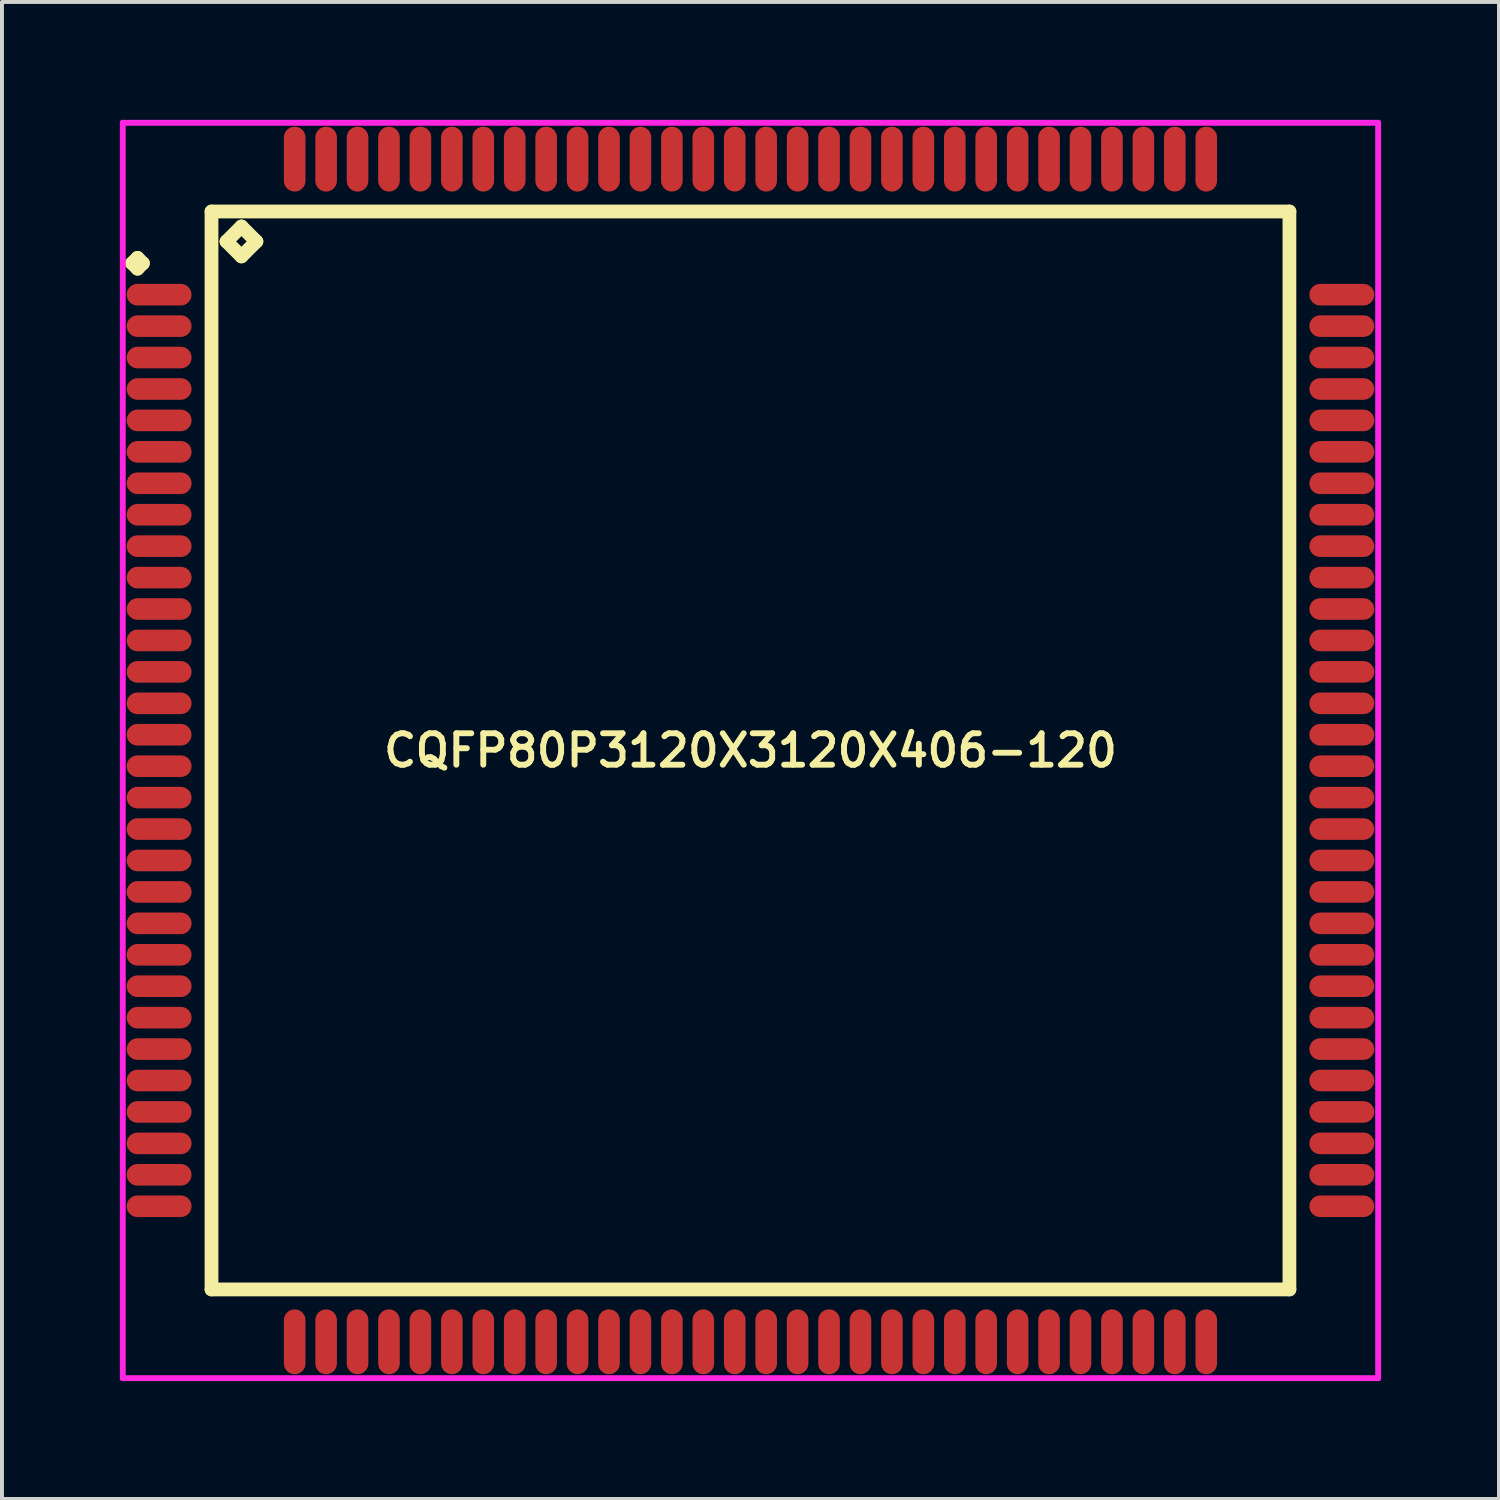
<source format=kicad_pcb>
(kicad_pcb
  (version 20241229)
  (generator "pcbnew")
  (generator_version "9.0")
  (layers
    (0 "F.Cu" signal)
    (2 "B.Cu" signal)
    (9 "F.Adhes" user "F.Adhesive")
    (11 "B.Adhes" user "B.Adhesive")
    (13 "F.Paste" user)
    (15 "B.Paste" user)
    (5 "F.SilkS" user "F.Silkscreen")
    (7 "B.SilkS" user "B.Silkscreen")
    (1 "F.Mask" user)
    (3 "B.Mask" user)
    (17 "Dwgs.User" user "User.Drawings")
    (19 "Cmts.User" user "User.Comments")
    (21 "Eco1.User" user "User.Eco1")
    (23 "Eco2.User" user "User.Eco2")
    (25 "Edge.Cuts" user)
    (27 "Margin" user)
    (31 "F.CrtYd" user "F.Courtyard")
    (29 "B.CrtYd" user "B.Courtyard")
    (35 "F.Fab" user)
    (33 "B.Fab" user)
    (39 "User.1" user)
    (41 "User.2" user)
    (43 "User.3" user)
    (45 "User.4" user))
  (footprint "CQFP80P3120X3120X406-120"
    (layer "F.Cu")
    (at 16.05 16.05)
    (property "Reference" "CQFP80P3120X3120X406-120" (at 0 0 0) (layer "F.SilkS") (effects (font (size 0.8 0.8) (thickness 0.15))))
    (attr smd)
    (fp_line (start -15.738 -12.4) (end -15.6 -12.537) (stroke (width 0.35) (type solid)) (layer "F.SilkS"))
    (fp_line (start -15.6 -12.537) (end -15.463 -12.4) (stroke (width 0.35) (type solid)) (layer "F.SilkS"))
    (fp_line (start -15.6 -12.262) (end -15.738 -12.4) (stroke (width 0.35) (type solid)) (layer "F.SilkS"))
    (fp_line (start -15.463 -12.4) (end -15.6 -12.262) (stroke (width 0.35) (type solid)) (layer "F.SilkS"))
    (fp_line (start -13.717 -13.717) (end -13.717 13.717) (stroke (width 0.35) (type solid)) (layer "F.SilkS"))
    (fp_line (start -13.717 13.717) (end 13.717 13.717) (stroke (width 0.35) (type solid)) (layer "F.SilkS"))
    (fp_line (start -13.336 -12.955) (end -12.955 -13.336) (stroke (width 0.35) (type solid)) (layer "F.SilkS"))
    (fp_line (start -12.955 -13.336) (end -12.574 -12.955) (stroke (width 0.35) (type solid)) (layer "F.SilkS"))
    (fp_line (start -12.955 -12.574) (end -13.336 -12.955) (stroke (width 0.35) (type solid)) (layer "F.SilkS"))
    (fp_line (start -12.574 -12.955) (end -12.955 -12.574) (stroke (width 0.35) (type solid)) (layer "F.SilkS"))
    (fp_line (start 13.717 -13.717) (end -13.717 -13.717) (stroke (width 0.35) (type solid)) (layer "F.SilkS"))
    (fp_line (start 13.717 13.717) (end 13.717 -13.717) (stroke (width 0.35) (type solid)) (layer "F.SilkS"))
    (fp_line (start -15.975 -15.975) (end 15.975 -15.975) (stroke (width 0.15) (type solid)) (layer "F.CrtYd"))
    (fp_line (start -15.975 15.975) (end -15.975 -15.975) (stroke (width 0.15) (type solid)) (layer "F.CrtYd"))
    (fp_line (start 15.975 -15.975) (end 15.975 15.975) (stroke (width 0.15) (type solid)) (layer "F.CrtYd"))
    (fp_line (start 15.975 15.975) (end -15.975 15.975) (stroke (width 0.15) (type solid)) (layer "F.CrtYd"))
    (pad "1" smd oval (at -15.05 -11.6) (size 1.65 0.55) (layers "F.Cu" "F.Mask" "F.Paste"))
    (pad "2" smd oval (at -15.05 -10.8) (size 1.65 0.55) (layers "F.Cu" "F.Mask" "F.Paste"))
    (pad "3" smd oval (at -15.05 -10) (size 1.65 0.55) (layers "F.Cu" "F.Mask" "F.Paste"))
    (pad "4" smd oval (at -15.05 -9.2) (size 1.65 0.55) (layers "F.Cu" "F.Mask" "F.Paste"))
    (pad "5" smd oval (at -15.05 -8.4) (size 1.65 0.55) (layers "F.Cu" "F.Mask" "F.Paste"))
    (pad "6" smd oval (at -15.05 -7.6) (size 1.65 0.55) (layers "F.Cu" "F.Mask" "F.Paste"))
    (pad "7" smd oval (at -15.05 -6.8) (size 1.65 0.55) (layers "F.Cu" "F.Mask" "F.Paste"))
    (pad "8" smd oval (at -15.05 -6) (size 1.65 0.55) (layers "F.Cu" "F.Mask" "F.Paste"))
    (pad "9" smd oval (at -15.05 -5.2) (size 1.65 0.55) (layers "F.Cu" "F.Mask" "F.Paste"))
    (pad "10" smd oval (at -15.05 -4.4) (size 1.65 0.55) (layers "F.Cu" "F.Mask" "F.Paste"))
    (pad "11" smd oval (at -15.05 -3.6) (size 1.65 0.55) (layers "F.Cu" "F.Mask" "F.Paste"))
    (pad "12" smd oval (at -15.05 -2.8) (size 1.65 0.55) (layers "F.Cu" "F.Mask" "F.Paste"))
    (pad "13" smd oval (at -15.05 -2) (size 1.65 0.55) (layers "F.Cu" "F.Mask" "F.Paste"))
    (pad "14" smd oval (at -15.05 -1.2) (size 1.65 0.55) (layers "F.Cu" "F.Mask" "F.Paste"))
    (pad "15" smd oval (at -15.05 -0.4) (size 1.65 0.55) (layers "F.Cu" "F.Mask" "F.Paste"))
    (pad "16" smd oval (at -15.05 0.4) (size 1.65 0.55) (layers "F.Cu" "F.Mask" "F.Paste"))
    (pad "17" smd oval (at -15.05 1.2) (size 1.65 0.55) (layers "F.Cu" "F.Mask" "F.Paste"))
    (pad "18" smd oval (at -15.05 2) (size 1.65 0.55) (layers "F.Cu" "F.Mask" "F.Paste"))
    (pad "19" smd oval (at -15.05 2.8) (size 1.65 0.55) (layers "F.Cu" "F.Mask" "F.Paste"))
    (pad "20" smd oval (at -15.05 3.6) (size 1.65 0.55) (layers "F.Cu" "F.Mask" "F.Paste"))
    (pad "21" smd oval (at -15.05 4.4) (size 1.65 0.55) (layers "F.Cu" "F.Mask" "F.Paste"))
    (pad "22" smd oval (at -15.05 5.2) (size 1.65 0.55) (layers "F.Cu" "F.Mask" "F.Paste"))
    (pad "23" smd oval (at -15.05 6) (size 1.65 0.55) (layers "F.Cu" "F.Mask" "F.Paste"))
    (pad "24" smd oval (at -15.05 6.8) (size 1.65 0.55) (layers "F.Cu" "F.Mask" "F.Paste"))
    (pad "25" smd oval (at -15.05 7.6) (size 1.65 0.55) (layers "F.Cu" "F.Mask" "F.Paste"))
    (pad "26" smd oval (at -15.05 8.4) (size 1.65 0.55) (layers "F.Cu" "F.Mask" "F.Paste"))
    (pad "27" smd oval (at -15.05 9.2) (size 1.65 0.55) (layers "F.Cu" "F.Mask" "F.Paste"))
    (pad "28" smd oval (at -15.05 10) (size 1.65 0.55) (layers "F.Cu" "F.Mask" "F.Paste"))
    (pad "29" smd oval (at -15.05 10.8) (size 1.65 0.55) (layers "F.Cu" "F.Mask" "F.Paste"))
    (pad "30" smd oval (at -15.05 11.6) (size 1.65 0.55) (layers "F.Cu" "F.Mask" "F.Paste"))
    (pad "31" smd oval (at -11.6 15.05) (size 0.55 1.65) (layers "F.Cu" "F.Mask" "F.Paste"))
    (pad "32" smd oval (at -10.8 15.05) (size 0.55 1.65) (layers "F.Cu" "F.Mask" "F.Paste"))
    (pad "33" smd oval (at -10 15.05) (size 0.55 1.65) (layers "F.Cu" "F.Mask" "F.Paste"))
    (pad "34" smd oval (at -9.2 15.05) (size 0.55 1.65) (layers "F.Cu" "F.Mask" "F.Paste"))
    (pad "35" smd oval (at -8.4 15.05) (size 0.55 1.65) (layers "F.Cu" "F.Mask" "F.Paste"))
    (pad "36" smd oval (at -7.6 15.05) (size 0.55 1.65) (layers "F.Cu" "F.Mask" "F.Paste"))
    (pad "37" smd oval (at -6.8 15.05) (size 0.55 1.65) (layers "F.Cu" "F.Mask" "F.Paste"))
    (pad "38" smd oval (at -6 15.05) (size 0.55 1.65) (layers "F.Cu" "F.Mask" "F.Paste"))
    (pad "39" smd oval (at -5.2 15.05) (size 0.55 1.65) (layers "F.Cu" "F.Mask" "F.Paste"))
    (pad "40" smd oval (at -4.4 15.05) (size 0.55 1.65) (layers "F.Cu" "F.Mask" "F.Paste"))
    (pad "41" smd oval (at -3.6 15.05) (size 0.55 1.65) (layers "F.Cu" "F.Mask" "F.Paste"))
    (pad "42" smd oval (at -2.8 15.05) (size 0.55 1.65) (layers "F.Cu" "F.Mask" "F.Paste"))
    (pad "43" smd oval (at -2 15.05) (size 0.55 1.65) (layers "F.Cu" "F.Mask" "F.Paste"))
    (pad "44" smd oval (at -1.2 15.05) (size 0.55 1.65) (layers "F.Cu" "F.Mask" "F.Paste"))
    (pad "45" smd oval (at -0.4 15.05) (size 0.55 1.65) (layers "F.Cu" "F.Mask" "F.Paste"))
    (pad "46" smd oval (at 0.4 15.05) (size 0.55 1.65) (layers "F.Cu" "F.Mask" "F.Paste"))
    (pad "47" smd oval (at 1.2 15.05) (size 0.55 1.65) (layers "F.Cu" "F.Mask" "F.Paste"))
    (pad "48" smd oval (at 2 15.05) (size 0.55 1.65) (layers "F.Cu" "F.Mask" "F.Paste"))
    (pad "49" smd oval (at 2.8 15.05) (size 0.55 1.65) (layers "F.Cu" "F.Mask" "F.Paste"))
    (pad "50" smd oval (at 3.6 15.05) (size 0.55 1.65) (layers "F.Cu" "F.Mask" "F.Paste"))
    (pad "51" smd oval (at 4.4 15.05) (size 0.55 1.65) (layers "F.Cu" "F.Mask" "F.Paste"))
    (pad "52" smd oval (at 5.2 15.05) (size 0.55 1.65) (layers "F.Cu" "F.Mask" "F.Paste"))
    (pad "53" smd oval (at 6 15.05) (size 0.55 1.65) (layers "F.Cu" "F.Mask" "F.Paste"))
    (pad "54" smd oval (at 6.8 15.05) (size 0.55 1.65) (layers "F.Cu" "F.Mask" "F.Paste"))
    (pad "55" smd oval (at 7.6 15.05) (size 0.55 1.65) (layers "F.Cu" "F.Mask" "F.Paste"))
    (pad "56" smd oval (at 8.4 15.05) (size 0.55 1.65) (layers "F.Cu" "F.Mask" "F.Paste"))
    (pad "57" smd oval (at 9.2 15.05) (size 0.55 1.65) (layers "F.Cu" "F.Mask" "F.Paste"))
    (pad "58" smd oval (at 10 15.05) (size 0.55 1.65) (layers "F.Cu" "F.Mask" "F.Paste"))
    (pad "59" smd oval (at 10.8 15.05) (size 0.55 1.65) (layers "F.Cu" "F.Mask" "F.Paste"))
    (pad "60" smd oval (at 11.6 15.05) (size 0.55 1.65) (layers "F.Cu" "F.Mask" "F.Paste"))
    (pad "61" smd oval (at 15.05 11.6) (size 1.65 0.55) (layers "F.Cu" "F.Mask" "F.Paste"))
    (pad "62" smd oval (at 15.05 10.8) (size 1.65 0.55) (layers "F.Cu" "F.Mask" "F.Paste"))
    (pad "63" smd oval (at 15.05 10) (size 1.65 0.55) (layers "F.Cu" "F.Mask" "F.Paste"))
    (pad "64" smd oval (at 15.05 9.2) (size 1.65 0.55) (layers "F.Cu" "F.Mask" "F.Paste"))
    (pad "65" smd oval (at 15.05 8.4) (size 1.65 0.55) (layers "F.Cu" "F.Mask" "F.Paste"))
    (pad "66" smd oval (at 15.05 7.6) (size 1.65 0.55) (layers "F.Cu" "F.Mask" "F.Paste"))
    (pad "67" smd oval (at 15.05 6.8) (size 1.65 0.55) (layers "F.Cu" "F.Mask" "F.Paste"))
    (pad "68" smd oval (at 15.05 6) (size 1.65 0.55) (layers "F.Cu" "F.Mask" "F.Paste"))
    (pad "69" smd oval (at 15.05 5.2) (size 1.65 0.55) (layers "F.Cu" "F.Mask" "F.Paste"))
    (pad "70" smd oval (at 15.05 4.4) (size 1.65 0.55) (layers "F.Cu" "F.Mask" "F.Paste"))
    (pad "71" smd oval (at 15.05 3.6) (size 1.65 0.55) (layers "F.Cu" "F.Mask" "F.Paste"))
    (pad "72" smd oval (at 15.05 2.8) (size 1.65 0.55) (layers "F.Cu" "F.Mask" "F.Paste"))
    (pad "73" smd oval (at 15.05 2) (size 1.65 0.55) (layers "F.Cu" "F.Mask" "F.Paste"))
    (pad "74" smd oval (at 15.05 1.2) (size 1.65 0.55) (layers "F.Cu" "F.Mask" "F.Paste"))
    (pad "75" smd oval (at 15.05 0.4) (size 1.65 0.55) (layers "F.Cu" "F.Mask" "F.Paste"))
    (pad "76" smd oval (at 15.05 -0.4) (size 1.65 0.55) (layers "F.Cu" "F.Mask" "F.Paste"))
    (pad "77" smd oval (at 15.05 -1.2) (size 1.65 0.55) (layers "F.Cu" "F.Mask" "F.Paste"))
    (pad "78" smd oval (at 15.05 -2) (size 1.65 0.55) (layers "F.Cu" "F.Mask" "F.Paste"))
    (pad "79" smd oval (at 15.05 -2.8) (size 1.65 0.55) (layers "F.Cu" "F.Mask" "F.Paste"))
    (pad "80" smd oval (at 15.05 -3.6) (size 1.65 0.55) (layers "F.Cu" "F.Mask" "F.Paste"))
    (pad "81" smd oval (at 15.05 -4.4) (size 1.65 0.55) (layers "F.Cu" "F.Mask" "F.Paste"))
    (pad "82" smd oval (at 15.05 -5.2) (size 1.65 0.55) (layers "F.Cu" "F.Mask" "F.Paste"))
    (pad "83" smd oval (at 15.05 -6) (size 1.65 0.55) (layers "F.Cu" "F.Mask" "F.Paste"))
    (pad "84" smd oval (at 15.05 -6.8) (size 1.65 0.55) (layers "F.Cu" "F.Mask" "F.Paste"))
    (pad "85" smd oval (at 15.05 -7.6) (size 1.65 0.55) (layers "F.Cu" "F.Mask" "F.Paste"))
    (pad "86" smd oval (at 15.05 -8.4) (size 1.65 0.55) (layers "F.Cu" "F.Mask" "F.Paste"))
    (pad "87" smd oval (at 15.05 -9.2) (size 1.65 0.55) (layers "F.Cu" "F.Mask" "F.Paste"))
    (pad "88" smd oval (at 15.05 -10) (size 1.65 0.55) (layers "F.Cu" "F.Mask" "F.Paste"))
    (pad "89" smd oval (at 15.05 -10.8) (size 1.65 0.55) (layers "F.Cu" "F.Mask" "F.Paste"))
    (pad "90" smd oval (at 15.05 -11.6) (size 1.65 0.55) (layers "F.Cu" "F.Mask" "F.Paste"))
    (pad "91" smd oval (at 11.6 -15.05) (size 0.55 1.65) (layers "F.Cu" "F.Mask" "F.Paste"))
    (pad "92" smd oval (at 10.8 -15.05) (size 0.55 1.65) (layers "F.Cu" "F.Mask" "F.Paste"))
    (pad "93" smd oval (at 10 -15.05) (size 0.55 1.65) (layers "F.Cu" "F.Mask" "F.Paste"))
    (pad "94" smd oval (at 9.2 -15.05) (size 0.55 1.65) (layers "F.Cu" "F.Mask" "F.Paste"))
    (pad "95" smd oval (at 8.4 -15.05) (size 0.55 1.65) (layers "F.Cu" "F.Mask" "F.Paste"))
    (pad "96" smd oval (at 7.6 -15.05) (size 0.55 1.65) (layers "F.Cu" "F.Mask" "F.Paste"))
    (pad "97" smd oval (at 6.8 -15.05) (size 0.55 1.65) (layers "F.Cu" "F.Mask" "F.Paste"))
    (pad "98" smd oval (at 6 -15.05) (size 0.55 1.65) (layers "F.Cu" "F.Mask" "F.Paste"))
    (pad "99" smd oval (at 5.2 -15.05) (size 0.55 1.65) (layers "F.Cu" "F.Mask" "F.Paste"))
    (pad "100" smd oval (at 4.4 -15.05) (size 0.55 1.65) (layers "F.Cu" "F.Mask" "F.Paste"))
    (pad "101" smd oval (at 3.6 -15.05) (size 0.55 1.65) (layers "F.Cu" "F.Mask" "F.Paste"))
    (pad "102" smd oval (at 2.8 -15.05) (size 0.55 1.65) (layers "F.Cu" "F.Mask" "F.Paste"))
    (pad "103" smd oval (at 2 -15.05) (size 0.55 1.65) (layers "F.Cu" "F.Mask" "F.Paste"))
    (pad "104" smd oval (at 1.2 -15.05) (size 0.55 1.65) (layers "F.Cu" "F.Mask" "F.Paste"))
    (pad "105" smd oval (at 0.4 -15.05) (size 0.55 1.65) (layers "F.Cu" "F.Mask" "F.Paste"))
    (pad "106" smd oval (at -0.4 -15.05) (size 0.55 1.65) (layers "F.Cu" "F.Mask" "F.Paste"))
    (pad "107" smd oval (at -1.2 -15.05) (size 0.55 1.65) (layers "F.Cu" "F.Mask" "F.Paste"))
    (pad "108" smd oval (at -2 -15.05) (size 0.55 1.65) (layers "F.Cu" "F.Mask" "F.Paste"))
    (pad "109" smd oval (at -2.8 -15.05) (size 0.55 1.65) (layers "F.Cu" "F.Mask" "F.Paste"))
    (pad "110" smd oval (at -3.6 -15.05) (size 0.55 1.65) (layers "F.Cu" "F.Mask" "F.Paste"))
    (pad "111" smd oval (at -4.4 -15.05) (size 0.55 1.65) (layers "F.Cu" "F.Mask" "F.Paste"))
    (pad "112" smd oval (at -5.2 -15.05) (size 0.55 1.65) (layers "F.Cu" "F.Mask" "F.Paste"))
    (pad "113" smd oval (at -6 -15.05) (size 0.55 1.65) (layers "F.Cu" "F.Mask" "F.Paste"))
    (pad "114" smd oval (at -6.8 -15.05) (size 0.55 1.65) (layers "F.Cu" "F.Mask" "F.Paste"))
    (pad "115" smd oval (at -7.6 -15.05) (size 0.55 1.65) (layers "F.Cu" "F.Mask" "F.Paste"))
    (pad "116" smd oval (at -8.4 -15.05) (size 0.55 1.65) (layers "F.Cu" "F.Mask" "F.Paste"))
    (pad "117" smd oval (at -9.2 -15.05) (size 0.55 1.65) (layers "F.Cu" "F.Mask" "F.Paste"))
    (pad "118" smd oval (at -10 -15.05) (size 0.55 1.65) (layers "F.Cu" "F.Mask" "F.Paste"))
    (pad "119" smd oval (at -10.8 -15.05) (size 0.55 1.65) (layers "F.Cu" "F.Mask" "F.Paste"))
    (pad "120" smd oval (at -11.6 -15.05) (size 0.55 1.65) (layers "F.Cu" "F.Mask" "F.Paste")))
  (gr_rect
    (start -3 -3)
    (end 35.1 35.1)
    (stroke (width 0.1) (type default))
    (fill no)
    (layer "Edge.Cuts")))
</source>
